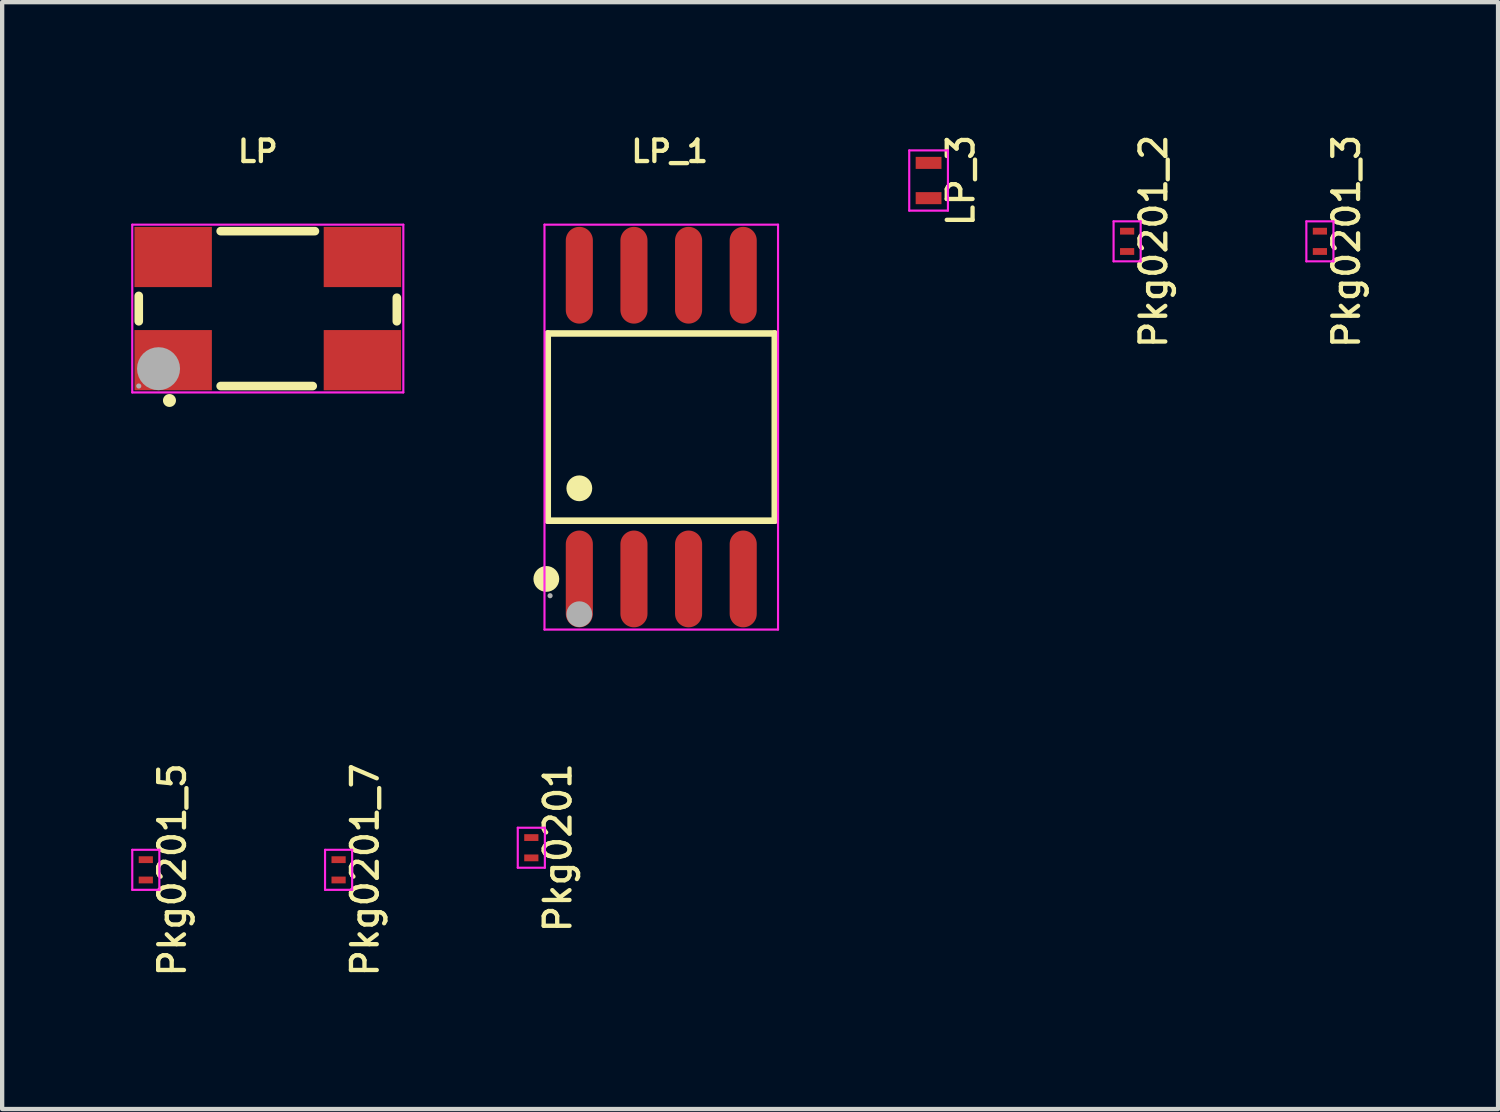
<source format=kicad_pcb>
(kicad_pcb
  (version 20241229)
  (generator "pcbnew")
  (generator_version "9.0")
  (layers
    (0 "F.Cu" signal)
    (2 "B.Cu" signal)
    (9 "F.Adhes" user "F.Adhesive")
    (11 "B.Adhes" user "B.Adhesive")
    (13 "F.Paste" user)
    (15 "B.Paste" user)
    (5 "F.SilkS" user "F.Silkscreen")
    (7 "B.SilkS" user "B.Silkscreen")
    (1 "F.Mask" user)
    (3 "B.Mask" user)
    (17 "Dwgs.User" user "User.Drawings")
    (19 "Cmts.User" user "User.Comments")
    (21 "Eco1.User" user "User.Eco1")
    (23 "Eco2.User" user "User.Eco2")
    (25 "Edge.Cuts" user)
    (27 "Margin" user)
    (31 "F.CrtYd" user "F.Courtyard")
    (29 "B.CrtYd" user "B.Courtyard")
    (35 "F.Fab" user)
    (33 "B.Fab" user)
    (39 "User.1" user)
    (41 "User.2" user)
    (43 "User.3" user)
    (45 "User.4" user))
  (footprint "Pkg0201_7"
    (layer "F.Cu")
    (at 4.822 17.173)
    (property "Reference" "Pkg0201_7" (at 0.615 0 90) (layer "F.SilkS") (effects (font (size 0.6 0.6) (thickness 0.1))))
    (fp_line (start -0.315 -0.465) (end -0.315 0.465) (stroke (width 0.05) (type solid)) (layer "F.CrtYd"))
    (fp_line (start -0.315 0.465) (end 0.315 0.465) (stroke (width 0.05) (type solid)) (layer "F.CrtYd"))
    (fp_line (start 0.315 -0.465) (end -0.315 -0.465) (stroke (width 0.05) (type solid)) (layer "F.CrtYd"))
    (fp_line (start 0.315 0.465) (end 0.315 -0.465) (stroke (width 0.05) (type solid)) (layer "F.CrtYd"))
    (pad "1" smd rect (at 0 -0.236) (size 0.33 0.158) (layers "F.Cu" "F.Mask" "F.Paste"))
    (pad "2" smd rect (at 0 0.236) (size 0.33 0.158) (layers "F.Cu" "F.Mask" "F.Paste")))
  (footprint "Pkg0201_5"
    (layer "F.Cu")
    (at 0.34 17.173)
    (property "Reference" "Pkg0201_5" (at 0.615 0 90) (layer "F.SilkS") (effects (font (size 0.6 0.6) (thickness 0.1))))
    (fp_line (start -0.315 -0.465) (end -0.315 0.465) (stroke (width 0.05) (type solid)) (layer "F.CrtYd"))
    (fp_line (start -0.315 0.465) (end 0.315 0.465) (stroke (width 0.05) (type solid)) (layer "F.CrtYd"))
    (fp_line (start 0.315 -0.465) (end -0.315 -0.465) (stroke (width 0.05) (type solid)) (layer "F.CrtYd"))
    (fp_line (start 0.315 0.465) (end 0.315 -0.465) (stroke (width 0.05) (type solid)) (layer "F.CrtYd"))
    (pad "1" smd rect (at 0 -0.236) (size 0.33 0.158) (layers "F.Cu" "F.Mask" "F.Paste"))
    (pad "2" smd rect (at 0 0.236) (size 0.33 0.158) (layers "F.Cu" "F.Mask" "F.Paste")))
  (footprint "LP_3"
    (layer "F.Cu")
    (at 18.539 1.147)
    (property "Reference" "LP_3" (at 0.75 0 90) (layer "F.SilkS") (effects (font (size 0.6 0.6) (thickness 0.1))))
    (fp_line (start -0.45 -0.7) (end -0.45 0.7) (stroke (width 0.05) (type solid)) (layer "F.CrtYd"))
    (fp_line (start -0.45 0.7) (end 0.45 0.7) (stroke (width 0.05) (type solid)) (layer "F.CrtYd"))
    (fp_line (start 0.45 -0.7) (end -0.45 -0.7) (stroke (width 0.05) (type solid)) (layer "F.CrtYd"))
    (fp_line (start 0.45 0.7) (end 0.45 -0.7) (stroke (width 0.05) (type solid)) (layer "F.CrtYd"))
    (pad "1" smd rect (at 0 -0.41) (size 0.6 0.28) (layers "F.Cu" "F.Mask" "F.Paste"))
    (pad "2" smd rect (at 0 0.41) (size 0.6 0.28) (layers "F.Cu" "F.Mask" "F.Paste")))
  (footprint "Pkg0201"
    (layer "F.Cu")
    (at 9.303 16.659)
    (property "Reference" "Pkg0201" (at 0.615 0 90) (layer "F.SilkS") (effects (font (size 0.6 0.6) (thickness 0.1))))
    (fp_line (start -0.315 -0.465) (end -0.315 0.465) (stroke (width 0.05) (type solid)) (layer "F.CrtYd"))
    (fp_line (start -0.315 0.465) (end 0.315 0.465) (stroke (width 0.05) (type solid)) (layer "F.CrtYd"))
    (fp_line (start 0.315 -0.465) (end -0.315 -0.465) (stroke (width 0.05) (type solid)) (layer "F.CrtYd"))
    (fp_line (start 0.315 0.465) (end 0.315 -0.465) (stroke (width 0.05) (type solid)) (layer "F.CrtYd"))
    (pad "1" smd rect (at 0 -0.236) (size 0.33 0.158) (layers "F.Cu" "F.Mask" "F.Paste"))
    (pad "2" smd rect (at 0 0.236) (size 0.33 0.158) (layers "F.Cu" "F.Mask" "F.Paste")))
  (footprint "Pkg0201_2"
    (layer "F.Cu")
    (at 23.155 2.561)
    (property "Reference" "Pkg0201_2" (at 0.615 0 90) (layer "F.SilkS") (effects (font (size 0.6 0.6) (thickness 0.1))))
    (fp_line (start -0.315 -0.465) (end -0.315 0.465) (stroke (width 0.05) (type solid)) (layer "F.CrtYd"))
    (fp_line (start -0.315 0.465) (end 0.315 0.465) (stroke (width 0.05) (type solid)) (layer "F.CrtYd"))
    (fp_line (start 0.315 -0.465) (end -0.315 -0.465) (stroke (width 0.05) (type solid)) (layer "F.CrtYd"))
    (fp_line (start 0.315 0.465) (end 0.315 -0.465) (stroke (width 0.05) (type solid)) (layer "F.CrtYd"))
    (pad "1" smd rect (at 0 -0.236) (size 0.33 0.158) (layers "F.Cu" "F.Mask" "F.Paste"))
    (pad "2" smd rect (at 0 0.236) (size 0.33 0.158) (layers "F.Cu" "F.Mask" "F.Paste")))
  (footprint "Pkg0201_3"
    (layer "F.Cu")
    (at 27.637 2.561)
    (property "Reference" "Pkg0201_3" (at 0.615 0 90) (layer "F.SilkS") (effects (font (size 0.6 0.6) (thickness 0.1))))
    (fp_line (start -0.315 -0.465) (end -0.315 0.465) (stroke (width 0.05) (type solid)) (layer "F.CrtYd"))
    (fp_line (start -0.315 0.465) (end 0.315 0.465) (stroke (width 0.05) (type solid)) (layer "F.CrtYd"))
    (fp_line (start 0.315 -0.465) (end -0.315 -0.465) (stroke (width 0.05) (type solid)) (layer "F.CrtYd"))
    (fp_line (start 0.315 0.465) (end 0.315 -0.465) (stroke (width 0.05) (type solid)) (layer "F.CrtYd"))
    (pad "1" smd rect (at 0 -0.236) (size 0.33 0.158) (layers "F.Cu" "F.Mask" "F.Paste"))
    (pad "2" smd rect (at 0 0.236) (size 0.33 0.158) (layers "F.Cu" "F.Mask" "F.Paste")))
  (footprint "LP"
    (layer "F.Cu")
    (at 3.176 4.124)
    (property "Reference" "LP" (at -0.75 -3.656 0) (layer "F.SilkS") (effects (font (size 0.5 0.5) (thickness 0.1)) (justify left)))
    (fp_line (start -3 0.296) (end -3 -0.295) (stroke (width 0.2) (type solid)) (layer "F.SilkS"))
    (fp_line (start -1.096 1.801) (end 1.045 1.801) (stroke (width 0.2) (type solid)) (layer "F.SilkS"))
    (fp_line (start 1.096 -1.8) (end -1.096 -1.8) (stroke (width 0.2) (type solid)) (layer "F.SilkS"))
    (fp_line (start 3 -0.253) (end 3 0.296) (stroke (width 0.2) (type solid)) (layer "F.SilkS"))
    (fp_arc (start -2.28727 2.137005) (mid -2.286 2.137) (end -2.28473 2.137005) (stroke (width 0.3) (type solid)) (layer "F.SilkS"))
    (fp_line (start -3.151 -1.95) (end -3.151 1.95) (stroke (width 0.05) (type solid)) (layer "F.CrtYd"))
    (fp_line (start -3.151 1.95) (end 3.151 1.95) (stroke (width 0.05) (type solid)) (layer "F.CrtYd"))
    (fp_line (start 3.151 -1.95) (end -3.151 -1.95) (stroke (width 0.05) (type solid)) (layer "F.CrtYd"))
    (fp_line (start 3.151 1.95) (end 3.151 -1.95) (stroke (width 0.05) (type solid)) (layer "F.CrtYd"))
    (fp_arc (start -2.97 1.801) (mid -3.03 1.801) (end -2.97 1.801) (stroke (width 0.06) (type solid)) (layer "F.Fab"))
    (fp_arc (start -2.29 1.398) (mid -2.79 1.398) (end -2.29 1.398) (stroke (width 0.5) (type solid)) (layer "F.Fab"))
    (pad "1" smd rect (at -2.2 1.2) (size 1.8 1.4) (layers "F.Cu" "F.Mask" "F.Paste"))
    (pad "2" smd rect (at 2.2 1.2) (size 1.8 1.4) (layers "F.Cu" "F.Mask" "F.Paste"))
    (pad "3" smd rect (at 2.2 -1.199) (size 1.8 1.4) (layers "F.Cu" "F.Mask" "F.Paste"))
    (pad "4" smd rect (at -2.2 -1.199) (size 1.8 1.4) (layers "F.Cu" "F.Mask" "F.Paste")))
  (footprint "LP_1"
    (layer "F.Cu")
    (at 12.324 6.88)
    (property "Reference" "LP_1" (at -0.75 -6.412 0) (layer "F.SilkS") (effects (font (size 0.5 0.5) (thickness 0.1)) (justify left)))
    (fp_line (start -2.639 -2.177) (end 2.639 -2.177) (stroke (width 0.152) (type solid)) (layer "F.SilkS"))
    (fp_line (start -2.639 2.176) (end -2.639 -2.177) (stroke (width 0.152) (type solid)) (layer "F.SilkS"))
    (fp_line (start 2.639 -2.177) (end 2.639 2.176) (stroke (width 0.152) (type solid)) (layer "F.SilkS"))
    (fp_line (start 2.639 2.176) (end -2.639 2.176) (stroke (width 0.152) (type solid)) (layer "F.SilkS"))
    (fp_arc (start -2.522 3.53) (mid -2.822 3.53) (end -2.522 3.53) (stroke (width 0.3) (type solid)) (layer "F.SilkS"))
    (fp_arc (start -1.755 1.423) (mid -2.055 1.423) (end -1.755 1.423) (stroke (width 0.3) (type solid)) (layer "F.SilkS"))
    (fp_line (start -2.715 -4.707) (end -2.715 4.707) (stroke (width 0.05) (type solid)) (layer "F.CrtYd"))
    (fp_line (start -2.715 4.707) (end 2.715 4.707) (stroke (width 0.05) (type solid)) (layer "F.CrtYd"))
    (fp_line (start 2.715 -4.707) (end -2.715 -4.707) (stroke (width 0.05) (type solid)) (layer "F.CrtYd"))
    (fp_line (start 2.715 4.707) (end 2.715 -4.707) (stroke (width 0.05) (type solid)) (layer "F.CrtYd"))
    (fp_arc (start -2.555 3.92) (mid -2.615 3.92) (end -2.555 3.92) (stroke (width 0.06) (type solid)) (layer "F.Fab"))
    (fp_arc (start -1.755 4.35) (mid -2.055 4.35) (end -1.755 4.35) (stroke (width 0.3) (type solid)) (layer "F.Fab"))
    (pad "1" smd oval (at -1.905 3.53) (size 0.63 2.25) (layers "F.Cu" "F.Mask" "F.Paste"))
    (pad "2" smd oval (at -0.635 3.53) (size 0.63 2.25) (layers "F.Cu" "F.Mask" "F.Paste"))
    (pad "3" smd oval (at 0.635 3.53) (size 0.63 2.25) (layers "F.Cu" "F.Mask" "F.Paste"))
    (pad "4" smd oval (at 1.905 3.53) (size 0.63 2.25) (layers "F.Cu" "F.Mask" "F.Paste"))
    (pad "5" smd oval (at 1.905 -3.531) (size 0.63 2.25) (layers "F.Cu" "F.Mask" "F.Paste"))
    (pad "6" smd oval (at 0.635 -3.531) (size 0.63 2.25) (layers "F.Cu" "F.Mask" "F.Paste"))
    (pad "7" smd oval (at -0.635 -3.531) (size 0.63 2.25) (layers "F.Cu" "F.Mask" "F.Paste"))
    (pad "8" smd oval (at -1.905 -3.531) (size 0.63 2.25) (layers "F.Cu" "F.Mask" "F.Paste")))
  (gr_rect
    (start -3 -3)
    (end 31.779 22.734)
    (stroke (width 0.1) (type default))
    (fill no)
    (layer "Edge.Cuts")))
</source>
